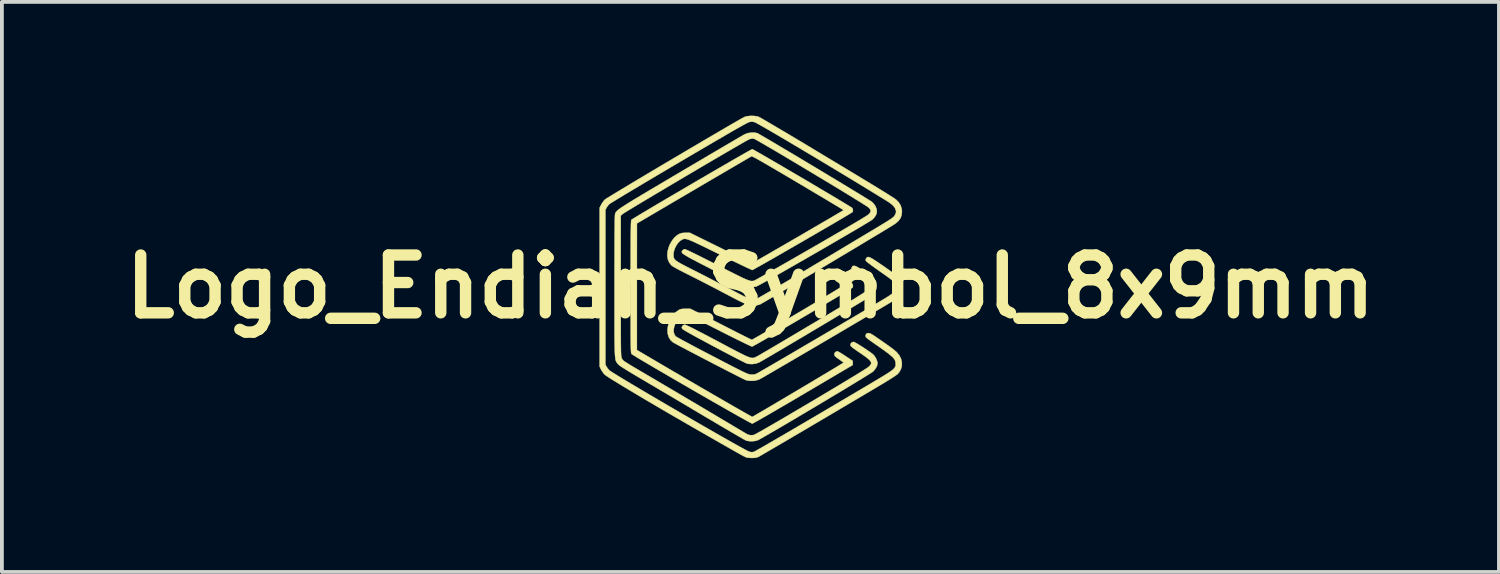
<source format=kicad_pcb>
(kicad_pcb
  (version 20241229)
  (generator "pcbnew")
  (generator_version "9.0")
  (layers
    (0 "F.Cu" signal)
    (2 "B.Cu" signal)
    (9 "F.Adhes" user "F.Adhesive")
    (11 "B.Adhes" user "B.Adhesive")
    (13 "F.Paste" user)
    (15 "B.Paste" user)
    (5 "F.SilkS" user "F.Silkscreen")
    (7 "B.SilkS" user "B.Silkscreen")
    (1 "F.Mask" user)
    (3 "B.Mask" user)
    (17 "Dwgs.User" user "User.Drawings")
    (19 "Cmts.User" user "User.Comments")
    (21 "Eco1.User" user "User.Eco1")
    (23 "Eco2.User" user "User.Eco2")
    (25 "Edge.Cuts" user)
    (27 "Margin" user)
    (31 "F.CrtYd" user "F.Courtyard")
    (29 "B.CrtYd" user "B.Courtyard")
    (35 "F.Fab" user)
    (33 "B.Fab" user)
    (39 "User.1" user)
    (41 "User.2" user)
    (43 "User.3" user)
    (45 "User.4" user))
  (footprint "Logo_Endian_Symbol_8x9mm"
    (layer "F.Cu")
    (at 16.735 4.508)
    (property "Reference" "Logo_Endian_Symbol_8x9mm" (at 0 0 0) (layer "F.SilkS") (effects (font (size 1.524 1.524) (thickness 0.3))))
    (attr through_hole)
    (fp_poly (pts (xy 2.759 -0.546) (xy 2.788 -0.534) (xy 2.828 -0.513) (xy 2.882 -0.479) (xy 2.953 -0.432) (xy 3.002 -0.399) (xy 3.096 -0.334) (xy 3.17 -0.28) (xy 3.225 -0.235) (xy 3.266 -0.195) (xy 3.294 -0.159) (xy 3.313 -0.124) (xy 3.323 -0.093) (xy 3.331 -0.014) (xy 3.316 0.069) (xy 3.28 0.147) (xy 3.225 0.214) (xy 3.224 0.215) (xy 3.208 0.226) (xy 3.17 0.25) (xy 3.112 0.286) (xy 3.036 0.332) (xy 2.943 0.389) (xy 2.834 0.454) (xy 2.713 0.527) (xy 2.581 0.606) (xy 2.438 0.691) (xy 2.288 0.781) (xy 2.132 0.874) (xy 1.971 0.97) (xy 1.807 1.068) (xy 1.643 1.165) (xy 1.48 1.263) (xy 1.319 1.358) (xy 1.162 1.451) (xy 1.011 1.54) (xy 0.869 1.624) (xy 0.736 1.703) (xy 0.614 1.774) (xy 0.505 1.838) (xy 0.411 1.893) (xy 0.334 1.938) (xy 0.275 1.972) (xy 0.236 1.994) (xy 0.221 2.001) (xy 0.138 2.029) (xy 0.046 2.041) (xy -0.043 2.037) (xy -0.096 2.025) (xy -0.119 2.015) (xy -0.163 1.993) (xy -0.228 1.961) (xy -0.31 1.919) (xy -0.407 1.869) (xy -0.518 1.811) (xy -0.64 1.747) (xy -0.771 1.678) (xy -0.908 1.605) (xy -0.968 1.574) (xy -1.145 1.479) (xy -1.299 1.396) (xy -1.431 1.325) (xy -1.54 1.265) (xy -1.629 1.215) (xy -1.698 1.175) (xy -1.749 1.145) (xy -1.781 1.123) (xy -1.797 1.11) (xy -1.798 1.108) (xy -1.81 1.081) (xy -1.805 1.057) (xy -1.794 1.038) (xy -1.763 1.009) (xy -1.73 1.002) (xy -1.708 1.009) (xy -1.662 1.029) (xy -1.593 1.062) (xy -1.5 1.108) (xy -1.384 1.168) (xy -1.244 1.24) (xy -1.082 1.325) (xy -0.896 1.423) (xy -0.871 1.437) (xy -0.703 1.526) (xy -0.557 1.604) (xy -0.431 1.67) (xy -0.325 1.725) (xy -0.235 1.771) (xy -0.16 1.808) (xy -0.098 1.836) (xy -0.047 1.856) (xy -0.005 1.87) (xy 0.029 1.878) (xy 0.058 1.88) (xy 0.083 1.877) (xy 0.106 1.87) (xy 0.13 1.861) (xy 0.155 1.848) (xy 0.167 1.843) (xy 0.19 1.83) (xy 0.235 1.805) (xy 0.3 1.767) (xy 0.384 1.718) (xy 0.486 1.659) (xy 0.603 1.59) (xy 0.735 1.512) (xy 0.879 1.427) (xy 1.035 1.335) (xy 1.2 1.237) (xy 1.373 1.134) (xy 1.553 1.027) (xy 1.682 0.951) (xy 1.9 0.821) (xy 2.096 0.704) (xy 2.27 0.6) (xy 2.425 0.508) (xy 2.56 0.426) (xy 2.679 0.355) (xy 2.781 0.292) (xy 2.867 0.239) (xy 2.94 0.193) (xy 3 0.154) (xy 3.049 0.121) (xy 3.088 0.093) (xy 3.117 0.07) (xy 3.139 0.05) (xy 3.154 0.034) (xy 3.163 0.02) (xy 3.169 0.007) (xy 3.171 -0.005) (xy 3.172 -0.018) (xy 3.172 -0.022) (xy 3.167 -0.046) (xy 3.152 -0.073) (xy 3.124 -0.104) (xy 3.08 -0.141) (xy 3.018 -0.187) (xy 2.936 -0.244) (xy 2.891 -0.274) (xy 2.809 -0.329) (xy 2.747 -0.373) (xy 2.705 -0.408) (xy 2.679 -0.436) (xy 2.666 -0.461) (xy 2.665 -0.485) (xy 2.673 -0.51) (xy 2.675 -0.516) (xy 2.694 -0.541) (xy 2.726 -0.549) (xy 2.736 -0.549) (xy 2.759 -0.546)) (stroke (width 0.01) (type solid)) (fill yes) (layer "F.SilkS"))
    (fp_poly (pts (xy 3.129 -0.778) (xy 3.164 -0.764) (xy 3.211 -0.739) (xy 3.271 -0.701) (xy 3.348 -0.65) (xy 3.443 -0.585) (xy 3.498 -0.548) (xy 3.585 -0.487) (xy 3.666 -0.43) (xy 3.739 -0.379) (xy 3.799 -0.335) (xy 3.844 -0.302) (xy 3.87 -0.282) (xy 3.874 -0.279) (xy 3.93 -0.208) (xy 3.97 -0.122) (xy 3.991 -0.028) (xy 3.991 0.067) (xy 3.976 0.133) (xy 3.944 0.203) (xy 3.894 0.268) (xy 3.824 0.33) (xy 3.737 0.389) (xy 3.695 0.415) (xy 3.631 0.453) (xy 3.549 0.502) (xy 3.449 0.561) (xy 3.334 0.629) (xy 3.205 0.706) (xy 3.064 0.789) (xy 2.912 0.879) (xy 2.751 0.973) (xy 2.583 1.072) (xy 2.41 1.174) (xy 2.233 1.279) (xy 2.053 1.384) (xy 1.873 1.49) (xy 1.694 1.595) (xy 1.518 1.698) (xy 1.347 1.798) (xy 1.181 1.895) (xy 1.024 1.987) (xy 0.876 2.073) (xy 0.739 2.153) (xy 0.616 2.225) (xy 0.506 2.289) (xy 0.414 2.342) (xy 0.339 2.386) (xy 0.283 2.417) (xy 0.249 2.436) (xy 0.242 2.44) (xy 0.17 2.466) (xy 0.084 2.481) (xy -0.005 2.483) (xy -0.087 2.473) (xy -0.125 2.461) (xy -0.149 2.45) (xy -0.196 2.428) (xy -0.262 2.395) (xy -0.344 2.353) (xy -0.442 2.303) (xy -0.552 2.247) (xy -0.671 2.186) (xy -0.798 2.12) (xy -0.931 2.052) (xy -1.066 1.982) (xy -1.201 1.912) (xy -1.334 1.842) (xy -1.463 1.775) (xy -1.584 1.712) (xy -1.697 1.652) (xy -1.798 1.599) (xy -1.885 1.553) (xy -1.955 1.515) (xy -2.006 1.487) (xy -2.037 1.47) (xy -2.042 1.467) (xy -2.108 1.406) (xy -2.154 1.329) (xy -2.181 1.238) (xy -2.187 1.137) (xy -2.172 1.03) (xy -2.136 0.919) (xy -2.12 0.881) (xy -2.055 0.771) (xy -1.978 0.682) (xy -1.895 0.62) (xy -1.862 0.602) (xy -1.83 0.591) (xy -1.791 0.586) (xy -1.738 0.584) (xy -1.708 0.584) (xy -1.583 0.584) (xy -1.33 0.71) (xy -1.262 0.744) (xy -1.174 0.789) (xy -1.07 0.842) (xy -0.954 0.901) (xy -0.83 0.964) (xy -0.703 1.029) (xy -0.576 1.094) (xy -0.529 1.118) (xy -0.415 1.176) (xy -0.308 1.231) (xy -0.211 1.279) (xy -0.126 1.322) (xy -0.057 1.356) (xy -0.004 1.382) (xy 0.028 1.396) (xy 0.038 1.4) (xy 0.053 1.393) (xy 0.089 1.374) (xy 0.144 1.342) (xy 0.218 1.3) (xy 0.307 1.249) (xy 0.409 1.189) (xy 0.524 1.122) (xy 0.649 1.049) (xy 0.781 0.971) (xy 0.92 0.889) (xy 1.064 0.804) (xy 1.209 0.718) (xy 1.355 0.632) (xy 1.5 0.546) (xy 1.641 0.462) (xy 1.777 0.381) (xy 1.906 0.304) (xy 2.025 0.232) (xy 2.134 0.167) (xy 2.23 0.109) (xy 2.311 0.059) (xy 2.375 0.02) (xy 2.42 -0.009) (xy 2.445 -0.025) (xy 2.45 -0.029) (xy 2.435 -0.04) (xy 2.403 -0.06) (xy 2.358 -0.086) (xy 2.34 -0.097) (xy 2.275 -0.136) (xy 2.234 -0.171) (xy 2.215 -0.204) (xy 2.216 -0.238) (xy 2.222 -0.254) (xy 2.238 -0.28) (xy 2.258 -0.294) (xy 2.288 -0.296) (xy 2.329 -0.284) (xy 2.385 -0.259) (xy 2.459 -0.219) (xy 2.482 -0.206) (xy 2.546 -0.169) (xy 2.603 -0.135) (xy 2.648 -0.108) (xy 2.676 -0.089) (xy 2.681 -0.086) (xy 2.699 -0.054) (xy 2.704 -0.013) (xy 2.694 0.022) (xy 2.68 0.033) (xy 2.644 0.056) (xy 2.588 0.091) (xy 2.514 0.136) (xy 2.424 0.191) (xy 2.319 0.254) (xy 2.202 0.324) (xy 2.073 0.4) (xy 1.936 0.481) (xy 1.792 0.567) (xy 1.643 0.655) (xy 1.49 0.745) (xy 1.336 0.835) (xy 1.183 0.925) (xy 1.031 1.014) (xy 0.884 1.1) (xy 0.743 1.182) (xy 0.609 1.26) (xy 0.485 1.331) (xy 0.373 1.396) (xy 0.274 1.453) (xy 0.19 1.5) (xy 0.123 1.537) (xy 0.076 1.563) (xy 0.049 1.577) (xy 0.044 1.579) (xy 0.026 1.573) (xy -0.015 1.555) (xy -0.075 1.527) (xy -0.154 1.489) (xy -0.248 1.443) (xy -0.357 1.39) (xy -0.477 1.33) (xy -0.607 1.265) (xy -0.744 1.196) (xy -0.809 1.162) (xy -0.95 1.091) (xy -1.084 1.023) (xy -1.209 0.96) (xy -1.324 0.903) (xy -1.426 0.853) (xy -1.513 0.81) (xy -1.584 0.776) (xy -1.634 0.752) (xy -1.664 0.739) (xy -1.67 0.737) (xy -1.739 0.737) (xy -1.807 0.762) (xy -1.871 0.81) (xy -1.929 0.878) (xy -1.962 0.935) (xy -2.005 1.038) (xy -2.024 1.131) (xy -2.021 1.21) (xy -1.995 1.277) (xy -1.966 1.312) (xy -1.948 1.324) (xy -1.908 1.347) (xy -1.847 1.381) (xy -1.768 1.425) (xy -1.672 1.476) (xy -1.562 1.535) (xy -1.439 1.601) (xy -1.305 1.671) (xy -1.163 1.745) (xy -1.014 1.823) (xy -1.002 1.829) (xy -0.83 1.919) (xy -0.68 1.997) (xy -0.551 2.063) (xy -0.441 2.12) (xy -0.348 2.167) (xy -0.27 2.206) (xy -0.207 2.238) (xy -0.155 2.262) (xy -0.114 2.281) (xy -0.08 2.295) (xy -0.054 2.304) (xy -0.032 2.31) (xy -0.013 2.314) (xy 0.004 2.316) (xy 0.015 2.317) (xy 0.071 2.319) (xy 0.112 2.313) (xy 0.153 2.298) (xy 0.173 2.289) (xy 0.194 2.277) (xy 0.237 2.253) (xy 0.3 2.216) (xy 0.382 2.169) (xy 0.48 2.112) (xy 0.594 2.046) (xy 0.721 1.972) (xy 0.86 1.891) (xy 1.009 1.804) (xy 1.166 1.712) (xy 1.33 1.616) (xy 1.498 1.517) (xy 1.67 1.417) (xy 1.844 1.315) (xy 2.017 1.213) (xy 2.188 1.113) (xy 2.356 1.015) (xy 2.518 0.919) (xy 2.673 0.828) (xy 2.819 0.742) (xy 2.955 0.662) (xy 3.079 0.589) (xy 3.189 0.524) (xy 3.283 0.468) (xy 3.343 0.432) (xy 3.464 0.36) (xy 3.562 0.301) (xy 3.642 0.251) (xy 3.704 0.209) (xy 3.75 0.174) (xy 3.784 0.144) (xy 3.807 0.116) (xy 3.82 0.09) (xy 3.828 0.062) (xy 3.83 0.032) (xy 3.83 0.011) (xy 3.829 -0.023) (xy 3.823 -0.054) (xy 3.812 -0.083) (xy 3.791 -0.113) (xy 3.76 -0.146) (xy 3.717 -0.184) (xy 3.658 -0.23) (xy 3.582 -0.285) (xy 3.487 -0.352) (xy 3.418 -0.4) (xy 3.331 -0.462) (xy 3.25 -0.519) (xy 3.179 -0.572) (xy 3.12 -0.616) (xy 3.077 -0.65) (xy 3.053 -0.672) (xy 3.049 -0.677) (xy 3.037 -0.704) (xy 3.041 -0.727) (xy 3.053 -0.747) (xy 3.067 -0.766) (xy 3.083 -0.778) (xy 3.103 -0.783) (xy 3.129 -0.778)) (stroke (width 0.01) (type solid)) (fill yes) (layer "F.SilkS"))
    (fp_poly (pts (xy 0.178 -4.048) (xy 0.181 -4.047) (xy 0.199 -4.038) (xy 0.24 -4.015) (xy 0.3 -3.98) (xy 0.379 -3.934) (xy 0.474 -3.879) (xy 0.584 -3.814) (xy 0.707 -3.741) (xy 0.841 -3.661) (xy 0.985 -3.576) (xy 1.137 -3.486) (xy 1.294 -3.392) (xy 1.456 -3.295) (xy 1.62 -3.197) (xy 1.785 -3.098) (xy 1.949 -2.999) (xy 2.11 -2.902) (xy 2.267 -2.808) (xy 2.418 -2.717) (xy 2.56 -2.631) (xy 2.693 -2.55) (xy 2.814 -2.477) (xy 2.922 -2.411) (xy 3.016 -2.353) (xy 3.092 -2.306) (xy 3.15 -2.27) (xy 3.188 -2.246) (xy 3.202 -2.236) (xy 3.24 -2.198) (xy 3.278 -2.15) (xy 3.296 -2.123) (xy 3.328 -2.043) (xy 3.334 -1.966) (xy 3.312 -1.891) (xy 3.262 -1.817) (xy 3.216 -1.771) (xy 3.196 -1.756) (xy 3.153 -1.729) (xy 3.09 -1.69) (xy 3.008 -1.641) (xy 2.91 -1.582) (xy 2.797 -1.515) (xy 2.671 -1.441) (xy 2.533 -1.361) (xy 2.386 -1.275) (xy 2.232 -1.185) (xy 2.071 -1.092) (xy 1.906 -0.996) (xy 1.739 -0.9) (xy 1.571 -0.803) (xy 1.405 -0.707) (xy 1.241 -0.614) (xy 1.083 -0.523) (xy 0.931 -0.436) (xy 0.787 -0.354) (xy 0.653 -0.278) (xy 0.531 -0.21) (xy 0.423 -0.149) (xy 0.331 -0.098) (xy 0.255 -0.057) (xy 0.199 -0.027) (xy 0.164 -0.009) (xy 0.153 -0.005) (xy 0.073 0.01) (xy -0.015 0.012) (xy -0.097 0.000462) (xy -0.125 -0.008) (xy -0.147 -0.017) (xy -0.192 -0.039) (xy -0.257 -0.071) (xy -0.339 -0.111) (xy -0.437 -0.161) (xy -0.548 -0.217) (xy -0.67 -0.279) (xy -0.801 -0.345) (xy -0.938 -0.416) (xy -0.982 -0.438) (xy -1.147 -0.523) (xy -1.29 -0.597) (xy -1.411 -0.66) (xy -1.513 -0.713) (xy -1.597 -0.758) (xy -1.664 -0.796) (xy -1.716 -0.827) (xy -1.755 -0.852) (xy -1.782 -0.873) (xy -1.8 -0.891) (xy -1.808 -0.906) (xy -1.81 -0.92) (xy -1.806 -0.933) (xy -1.798 -0.946) (xy -1.794 -0.953) (xy -1.762 -0.982) (xy -1.732 -0.989) (xy -1.711 -0.982) (xy -1.668 -0.964) (xy -1.602 -0.933) (xy -1.516 -0.892) (xy -1.41 -0.84) (xy -1.286 -0.778) (xy -1.145 -0.707) (xy -0.987 -0.627) (xy -0.884 -0.574) (xy -0.716 -0.488) (xy -0.571 -0.414) (xy -0.446 -0.351) (xy -0.34 -0.298) (xy -0.251 -0.254) (xy -0.177 -0.219) (xy -0.116 -0.193) (xy -0.066 -0.173) (xy -0.026 -0.159) (xy 0.007 -0.151) (xy 0.035 -0.148) (xy 0.058 -0.149) (xy 0.08 -0.153) (xy 0.101 -0.16) (xy 0.109 -0.162) (xy 0.126 -0.171) (xy 0.165 -0.193) (xy 0.226 -0.226) (xy 0.305 -0.271) (xy 0.402 -0.326) (xy 0.516 -0.39) (xy 0.644 -0.463) (xy 0.786 -0.544) (xy 0.939 -0.631) (xy 1.103 -0.725) (xy 1.276 -0.824) (xy 1.455 -0.927) (xy 1.602 -1.012) (xy 1.846 -1.152) (xy 2.069 -1.281) (xy 2.272 -1.399) (xy 2.454 -1.505) (xy 2.615 -1.599) (xy 2.754 -1.681) (xy 2.871 -1.75) (xy 2.965 -1.807) (xy 3.037 -1.852) (xy 3.086 -1.883) (xy 3.111 -1.901) (xy 3.113 -1.903) (xy 3.154 -1.949) (xy 3.171 -1.989) (xy 3.163 -2.028) (xy 3.13 -2.072) (xy 3.113 -2.088) (xy 3.093 -2.104) (xy 3.051 -2.132) (xy 2.989 -2.171) (xy 2.909 -2.222) (xy 2.812 -2.281) (xy 2.702 -2.35) (xy 2.578 -2.426) (xy 2.443 -2.508) (xy 2.299 -2.596) (xy 2.147 -2.688) (xy 1.989 -2.783) (xy 1.828 -2.88) (xy 1.663 -2.979) (xy 1.498 -3.078) (xy 1.335 -3.176) (xy 1.174 -3.272) (xy 1.017 -3.365) (xy 0.867 -3.455) (xy 0.725 -3.539) (xy 0.593 -3.617) (xy 0.472 -3.687) (xy 0.365 -3.75) (xy 0.272 -3.803) (xy 0.196 -3.847) (xy 0.139 -3.878) (xy 0.102 -3.898) (xy 0.088 -3.904) (xy 0.031 -3.903) (xy -0.029 -3.888) (xy -0.049 -3.878) (xy -0.092 -3.855) (xy -0.154 -3.82) (xy -0.235 -3.774) (xy -0.333 -3.717) (xy -0.446 -3.652) (xy -0.573 -3.578) (xy -0.711 -3.498) (xy -0.86 -3.411) (xy -1.017 -3.319) (xy -1.18 -3.223) (xy -1.349 -3.124) (xy -1.521 -3.022) (xy -1.695 -2.92) (xy -1.869 -2.817) (xy -2.041 -2.715) (xy -2.21 -2.615) (xy -2.374 -2.517) (xy -2.532 -2.424) (xy -2.681 -2.335) (xy -2.82 -2.252) (xy -2.947 -2.176) (xy -3.061 -2.107) (xy -3.16 -2.047) (xy -3.242 -1.997) (xy -3.305 -1.958) (xy -3.349 -1.93) (xy -3.371 -1.915) (xy -3.372 -1.914) (xy -3.419 -1.871) (xy -3.419 -0.02) (xy -3.419 0.243) (xy -3.419 0.479) (xy -3.419 0.691) (xy -3.418 0.88) (xy -3.418 1.047) (xy -3.418 1.193) (xy -3.417 1.321) (xy -3.417 1.431) (xy -3.416 1.524) (xy -3.415 1.603) (xy -3.414 1.669) (xy -3.413 1.722) (xy -3.411 1.765) (xy -3.409 1.799) (xy -3.407 1.825) (xy -3.404 1.845) (xy -3.401 1.86) (xy -3.398 1.872) (xy -3.394 1.881) (xy -3.39 1.89) (xy -3.39 1.89) (xy -3.384 1.903) (xy -3.377 1.915) (xy -3.369 1.927) (xy -3.358 1.94) (xy -3.341 1.954) (xy -3.318 1.972) (xy -3.285 1.994) (xy -3.242 2.021) (xy -3.188 2.055) (xy -3.119 2.097) (xy -3.034 2.147) (xy -2.932 2.207) (xy -2.811 2.278) (xy -2.669 2.361) (xy -2.574 2.417) (xy -2.462 2.483) (xy -2.33 2.561) (xy -2.182 2.648) (xy -2.021 2.743) (xy -1.85 2.844) (xy -1.674 2.949) (xy -1.495 3.054) (xy -1.318 3.159) (xy -1.146 3.261) (xy -1.037 3.326) (xy -0.889 3.414) (xy -0.748 3.498) (xy -0.616 3.576) (xy -0.494 3.649) (xy -0.384 3.714) (xy -0.288 3.771) (xy -0.208 3.819) (xy -0.145 3.856) (xy -0.102 3.881) (xy -0.08 3.895) (xy -0.077 3.896) (xy -0.034 3.91) (xy 0.022 3.916) (xy 0.079 3.912) (xy 0.085 3.911) (xy 0.106 3.902) (xy 0.149 3.88) (xy 0.211 3.846) (xy 0.292 3.801) (xy 0.389 3.745) (xy 0.501 3.681) (xy 0.625 3.609) (xy 0.761 3.53) (xy 0.907 3.445) (xy 1.059 3.356) (xy 1.218 3.262) (xy 1.381 3.166) (xy 1.547 3.068) (xy 1.713 2.97) (xy 1.877 2.872) (xy 2.039 2.775) (xy 2.196 2.681) (xy 2.347 2.591) (xy 2.489 2.505) (xy 2.622 2.425) (xy 2.743 2.352) (xy 2.85 2.286) (xy 2.942 2.229) (xy 3.017 2.182) (xy 3.073 2.145) (xy 3.109 2.121) (xy 3.12 2.112) (xy 3.155 2.076) (xy 3.177 2.043) (xy 3.184 2.011) (xy 3.174 1.978) (xy 3.147 1.941) (xy 3.1 1.898) (xy 3.034 1.846) (xy 2.945 1.783) (xy 2.918 1.764) (xy 2.83 1.705) (xy 2.763 1.658) (xy 2.713 1.622) (xy 2.678 1.595) (xy 2.656 1.575) (xy 2.643 1.559) (xy 2.637 1.545) (xy 2.636 1.532) (xy 2.648 1.494) (xy 2.68 1.466) (xy 2.72 1.455) (xy 2.741 1.463) (xy 2.78 1.483) (xy 2.833 1.514) (xy 2.895 1.553) (xy 2.964 1.597) (xy 3.033 1.642) (xy 3.1 1.688) (xy 3.16 1.73) (xy 3.208 1.765) (xy 3.241 1.793) (xy 3.244 1.795) (xy 3.281 1.841) (xy 3.315 1.9) (xy 3.339 1.96) (xy 3.35 2.013) (xy 3.35 2.018) (xy 3.337 2.089) (xy 3.299 2.161) (xy 3.241 2.231) (xy 3.238 2.234) (xy 3.219 2.248) (xy 3.178 2.275) (xy 3.116 2.314) (xy 3.036 2.364) (xy 2.94 2.423) (xy 2.828 2.491) (xy 2.704 2.567) (xy 2.568 2.649) (xy 2.423 2.737) (xy 2.269 2.829) (xy 2.11 2.924) (xy 1.947 3.022) (xy 1.781 3.121) (xy 1.614 3.22) (xy 1.448 3.319) (xy 1.285 3.415) (xy 1.127 3.509) (xy 0.975 3.599) (xy 0.831 3.683) (xy 0.697 3.762) (xy 0.574 3.833) (xy 0.465 3.896) (xy 0.371 3.95) (xy 0.294 3.994) (xy 0.236 4.026) (xy 0.198 4.046) (xy 0.185 4.052) (xy 0.117 4.069) (xy 0.037 4.076) (xy -0.041 4.072) (xy -0.107 4.059) (xy -0.112 4.057) (xy -0.132 4.047) (xy -0.173 4.025) (xy -0.234 3.99) (xy -0.313 3.944) (xy -0.408 3.889) (xy -0.518 3.825) (xy -0.64 3.753) (xy -0.773 3.675) (xy -0.915 3.591) (xy -1.064 3.503) (xy -1.156 3.449) (xy -1.328 3.347) (xy -1.508 3.24) (xy -1.693 3.13) (xy -1.879 3.02) (xy -2.062 2.911) (xy -2.24 2.806) (xy -2.408 2.707) (xy -2.562 2.616) (xy -2.7 2.535) (xy -2.801 2.475) (xy -2.947 2.389) (xy -3.07 2.316) (xy -3.174 2.254) (xy -3.259 2.202) (xy -3.328 2.159) (xy -3.383 2.124) (xy -3.425 2.096) (xy -3.456 2.073) (xy -3.478 2.054) (xy -3.494 2.038) (xy -3.497 2.034) (xy -3.509 2.018) (xy -3.52 2.005) (xy -3.53 1.991) (xy -3.538 1.976) (xy -3.546 1.959) (xy -3.553 1.937) (xy -3.559 1.91) (xy -3.564 1.876) (xy -3.568 1.834) (xy -3.572 1.782) (xy -3.575 1.719) (xy -3.577 1.644) (xy -3.579 1.554) (xy -3.581 1.45) (xy -3.582 1.328) (xy -3.583 1.189) (xy -3.583 1.03) (xy -3.583 0.85) (xy -3.583 0.647) (xy -3.583 0.421) (xy -3.583 0.17) (xy -3.583 -0.013) (xy -3.583 -0.309) (xy -3.583 -0.581) (xy -3.582 -0.828) (xy -3.582 -1.051) (xy -3.581 -1.249) (xy -3.58 -1.422) (xy -3.578 -1.57) (xy -3.577 -1.691) (xy -3.575 -1.787) (xy -3.573 -1.855) (xy -3.571 -1.897) (xy -3.569 -1.91) (xy -3.565 -1.926) (xy -3.559 -1.941) (xy -3.552 -1.956) (xy -3.541 -1.971) (xy -3.526 -1.988) (xy -3.506 -2.008) (xy -3.479 -2.03) (xy -3.444 -2.056) (xy -3.4 -2.087) (xy -3.346 -2.123) (xy -3.28 -2.165) (xy -3.202 -2.214) (xy -3.111 -2.27) (xy -3.005 -2.334) (xy -2.882 -2.408) (xy -2.743 -2.491) (xy -2.585 -2.585) (xy -2.408 -2.689) (xy -2.211 -2.806) (xy -1.991 -2.936) (xy -1.839 -3.026) (xy -1.644 -3.141) (xy -1.455 -3.252) (xy -1.273 -3.359) (xy -1.1 -3.462) (xy -0.936 -3.558) (xy -0.784 -3.647) (xy -0.645 -3.729) (xy -0.52 -3.802) (xy -0.411 -3.866) (xy -0.319 -3.92) (xy -0.245 -3.963) (xy -0.192 -3.994) (xy -0.16 -4.012) (xy -0.153 -4.016) (xy -0.076 -4.046) (xy 0.012 -4.061) (xy 0.1 -4.062) (xy 0.178 -4.048)) (stroke (width 0.01) (type solid)) (fill yes) (layer "F.SilkS"))
    (fp_poly (pts (xy 0.089 -4.502) (xy 0.168 -4.492) (xy 0.216 -4.478) (xy 0.236 -4.468) (xy 0.278 -4.445) (xy 0.341 -4.409) (xy 0.422 -4.362) (xy 0.521 -4.304) (xy 0.635 -4.236) (xy 0.764 -4.16) (xy 0.905 -4.077) (xy 1.058 -3.986) (xy 1.22 -3.889) (xy 1.39 -3.788) (xy 1.566 -3.682) (xy 1.654 -3.629) (xy 1.928 -3.464) (xy 2.179 -3.313) (xy 2.409 -3.175) (xy 2.617 -3.05) (xy 2.806 -2.936) (xy 2.975 -2.833) (xy 3.127 -2.742) (xy 3.261 -2.66) (xy 3.379 -2.588) (xy 3.481 -2.525) (xy 3.569 -2.471) (xy 3.643 -2.424) (xy 3.705 -2.385) (xy 3.755 -2.353) (xy 3.794 -2.328) (xy 3.823 -2.307) (xy 3.839 -2.295) (xy 3.911 -2.223) (xy 3.963 -2.136) (xy 3.991 -2.039) (xy 3.995 -1.981) (xy 3.986 -1.89) (xy 3.958 -1.81) (xy 3.908 -1.739) (xy 3.835 -1.673) (xy 3.791 -1.643) (xy 3.759 -1.623) (xy 3.707 -1.59) (xy 3.634 -1.546) (xy 3.545 -1.492) (xy 3.439 -1.427) (xy 3.318 -1.355) (xy 3.185 -1.275) (xy 3.04 -1.188) (xy 2.886 -1.095) (xy 2.724 -0.998) (xy 2.555 -0.897) (xy 2.382 -0.794) (xy 2.205 -0.688) (xy 2.027 -0.582) (xy 1.849 -0.475) (xy 1.672 -0.37) (xy 1.498 -0.267) (xy 1.33 -0.167) (xy 1.167 -0.07) (xy 1.013 0.021) (xy 0.868 0.107) (xy 0.735 0.186) (xy 0.614 0.257) (xy 0.508 0.32) (xy 0.418 0.373) (xy 0.345 0.415) (xy 0.292 0.445) (xy 0.26 0.464) (xy 0.251 0.468) (xy 0.215 0.479) (xy 0.166 0.49) (xy 0.137 0.495) (xy 0.101 0.501) (xy 0.067 0.503) (xy 0.033 0.502) (xy -0.003 0.497) (xy -0.045 0.486) (xy -0.094 0.468) (xy -0.152 0.443) (xy -0.223 0.41) (xy -0.309 0.368) (xy -0.412 0.315) (xy -0.534 0.251) (xy -0.666 0.182) (xy -0.8 0.111) (xy -0.943 0.036) (xy -1.09 -0.04) (xy -1.236 -0.115) (xy -1.374 -0.186) (xy -1.5 -0.25) (xy -1.609 -0.305) (xy -1.634 -0.317) (xy -1.765 -0.383) (xy -1.876 -0.44) (xy -1.964 -0.488) (xy -2.03 -0.526) (xy -2.073 -0.554) (xy -2.086 -0.565) (xy -2.144 -0.641) (xy -2.18 -0.731) (xy -2.192 -0.832) (xy -2.181 -0.942) (xy -2.147 -1.059) (xy -2.121 -1.119) (xy -2.061 -1.223) (xy -1.99 -1.308) (xy -1.911 -1.371) (xy -1.89 -1.383) (xy -1.846 -1.403) (xy -1.804 -1.414) (xy -1.753 -1.419) (xy -1.709 -1.42) (xy -1.598 -1.421) (xy -0.783 -1.019) (xy -0.643 -0.95) (xy -0.51 -0.885) (xy -0.387 -0.825) (xy -0.274 -0.771) (xy -0.175 -0.724) (xy -0.092 -0.684) (xy -0.026 -0.653) (xy 0.021 -0.632) (xy 0.046 -0.622) (xy 0.05 -0.621) (xy 0.064 -0.628) (xy 0.1 -0.648) (xy 0.156 -0.68) (xy 0.23 -0.722) (xy 0.319 -0.773) (xy 0.422 -0.832) (xy 0.537 -0.898) (xy 0.662 -0.971) (xy 0.795 -1.048) (xy 0.935 -1.128) (xy 1.079 -1.212) (xy 1.225 -1.296) (xy 1.371 -1.381) (xy 1.516 -1.466) (xy 1.657 -1.548) (xy 1.793 -1.627) (xy 1.921 -1.702) (xy 2.041 -1.772) (xy 2.149 -1.835) (xy 2.244 -1.891) (xy 2.324 -1.938) (xy 2.387 -1.975) (xy 2.431 -2.002) (xy 2.454 -2.016) (xy 2.457 -2.018) (xy 2.445 -2.026) (xy 2.412 -2.047) (xy 2.358 -2.08) (xy 2.285 -2.124) (xy 2.194 -2.178) (xy 2.088 -2.242) (xy 1.967 -2.314) (xy 1.834 -2.393) (xy 1.69 -2.479) (xy 1.536 -2.57) (xy 1.375 -2.666) (xy 1.255 -2.737) (xy 1.052 -2.858) (xy 0.871 -2.964) (xy 0.711 -3.058) (xy 0.572 -3.14) (xy 0.451 -3.21) (xy 0.348 -3.27) (xy 0.262 -3.319) (xy 0.191 -3.359) (xy 0.135 -3.39) (xy 0.092 -3.412) (xy 0.06 -3.428) (xy 0.04 -3.436) (xy 0.029 -3.438) (xy 0.027 -3.437) (xy 0.013 -3.429) (xy -0.024 -3.408) (xy -0.082 -3.374) (xy -0.159 -3.329) (xy -0.254 -3.274) (xy -0.366 -3.208) (xy -0.493 -3.134) (xy -0.633 -3.052) (xy -0.785 -2.963) (xy -0.948 -2.868) (xy -1.12 -2.767) (xy -1.301 -2.661) (xy -1.487 -2.551) (xy -1.495 -2.547) (xy -2.992 -1.668) (xy -2.993 0.001) (xy -2.993 1.67) (xy -2.173 2.152) (xy -2.04 2.23) (xy -1.898 2.312) (xy -1.75 2.399) (xy -1.597 2.488) (xy -1.441 2.578) (xy -1.284 2.67) (xy -1.127 2.76) (xy -0.973 2.85) (xy -0.823 2.936) (xy -0.679 3.02) (xy -0.543 3.098) (xy -0.416 3.171) (xy -0.301 3.237) (xy -0.199 3.295) (xy -0.112 3.344) (xy -0.042 3.384) (xy 0.009 3.412) (xy 0.039 3.429) (xy 0.048 3.432) (xy 0.062 3.426) (xy 0.097 3.406) (xy 0.152 3.374) (xy 0.224 3.332) (xy 0.313 3.281) (xy 0.415 3.221) (xy 0.529 3.154) (xy 0.654 3.08) (xy 0.786 3.002) (xy 0.925 2.92) (xy 1.068 2.835) (xy 1.213 2.749) (xy 1.359 2.662) (xy 1.504 2.576) (xy 1.645 2.492) (xy 1.781 2.411) (xy 1.909 2.334) (xy 2.029 2.263) (xy 2.138 2.197) (xy 2.234 2.14) (xy 2.315 2.09) (xy 2.379 2.051) (xy 2.425 2.023) (xy 2.45 2.007) (xy 2.455 2.003) (xy 2.442 1.991) (xy 2.412 1.968) (xy 2.369 1.937) (xy 2.334 1.912) (xy 2.28 1.874) (xy 2.245 1.847) (xy 2.225 1.825) (xy 2.216 1.804) (xy 2.213 1.79) (xy 2.217 1.752) (xy 2.239 1.725) (xy 2.24 1.724) (xy 2.271 1.708) (xy 2.292 1.703) (xy 2.31 1.71) (xy 2.347 1.73) (xy 2.398 1.761) (xy 2.458 1.799) (xy 2.506 1.83) (xy 2.698 1.957) (xy 2.698 2.065) (xy 1.388 2.838) (xy 1.213 2.941) (xy 1.045 3.04) (xy 0.885 3.133) (xy 0.734 3.221) (xy 0.594 3.303) (xy 0.466 3.377) (xy 0.353 3.442) (xy 0.255 3.498) (xy 0.174 3.544) (xy 0.112 3.578) (xy 0.07 3.601) (xy 0.05 3.611) (xy 0.049 3.611) (xy 0.033 3.604) (xy -0.006 3.584) (xy -0.064 3.553) (xy -0.141 3.51) (xy -0.235 3.458) (xy -0.345 3.397) (xy -0.467 3.327) (xy -0.602 3.251) (xy -0.746 3.168) (xy -0.899 3.081) (xy -1.059 2.99) (xy -1.223 2.895) (xy -1.391 2.799) (xy -1.56 2.701) (xy -1.729 2.603) (xy -1.896 2.507) (xy -2.06 2.412) (xy -2.218 2.319) (xy -2.37 2.231) (xy -2.512 2.148) (xy -2.644 2.07) (xy -2.765 1.999) (xy -2.871 1.936) (xy -2.962 1.882) (xy -3.035 1.837) (xy -3.09 1.803) (xy -3.124 1.781) (xy -3.134 1.774) (xy -3.137 1.77) (xy -3.14 1.763) (xy -3.143 1.751) (xy -3.146 1.734) (xy -3.148 1.71) (xy -3.15 1.678) (xy -3.152 1.635) (xy -3.153 1.581) (xy -3.154 1.514) (xy -3.155 1.433) (xy -3.156 1.337) (xy -3.157 1.223) (xy -3.157 1.091) (xy -3.157 0.939) (xy -3.158 0.766) (xy -3.158 0.57) (xy -3.158 0.35) (xy -3.158 0.105) (xy -3.158 0.007) (xy -3.158 -0.258) (xy -3.158 -0.497) (xy -3.157 -0.712) (xy -3.157 -0.902) (xy -3.156 -1.069) (xy -3.156 -1.216) (xy -3.155 -1.341) (xy -3.154 -1.448) (xy -3.152 -1.537) (xy -3.151 -1.609) (xy -3.149 -1.666) (xy -3.147 -1.708) (xy -3.145 -1.737) (xy -3.143 -1.754) (xy -3.141 -1.76) (xy -3.126 -1.771) (xy -3.089 -1.794) (xy -3.032 -1.829) (xy -2.957 -1.875) (xy -2.864 -1.931) (xy -2.756 -1.995) (xy -2.635 -2.067) (xy -2.502 -2.146) (xy -2.358 -2.231) (xy -2.207 -2.32) (xy -2.048 -2.413) (xy -1.884 -2.509) (xy -1.717 -2.607) (xy -1.548 -2.706) (xy -1.38 -2.805) (xy -1.212 -2.902) (xy -1.049 -2.998) (xy -0.89 -3.09) (xy -0.738 -3.178) (xy -0.594 -3.261) (xy -0.461 -3.338) (xy -0.339 -3.408) (xy -0.231 -3.47) (xy -0.138 -3.523) (xy -0.062 -3.566) (xy -0.004 -3.598) (xy 0.033 -3.618) (xy 0.049 -3.625) (xy 0.049 -3.625) (xy 0.064 -3.618) (xy 0.101 -3.598) (xy 0.157 -3.566) (xy 0.232 -3.524) (xy 0.323 -3.472) (xy 0.428 -3.411) (xy 0.545 -3.343) (xy 0.674 -3.268) (xy 0.811 -3.189) (xy 0.954 -3.104) (xy 1.103 -3.017) (xy 1.255 -2.928) (xy 1.409 -2.838) (xy 1.562 -2.748) (xy 1.712 -2.659) (xy 1.858 -2.572) (xy 1.999 -2.489) (xy 2.131 -2.411) (xy 2.253 -2.338) (xy 2.364 -2.271) (xy 2.461 -2.213) (xy 2.543 -2.163) (xy 2.608 -2.124) (xy 2.653 -2.095) (xy 2.678 -2.079) (xy 2.681 -2.076) (xy 2.699 -2.045) (xy 2.704 -2.004) (xy 2.694 -1.969) (xy 2.681 -1.959) (xy 2.645 -1.937) (xy 2.589 -1.903) (xy 2.515 -1.859) (xy 2.425 -1.805) (xy 2.32 -1.743) (xy 2.203 -1.674) (xy 2.074 -1.599) (xy 1.937 -1.52) (xy 1.793 -1.436) (xy 1.644 -1.349) (xy 1.491 -1.261) (xy 1.337 -1.172) (xy 1.183 -1.083) (xy 1.032 -0.996) (xy 0.885 -0.911) (xy 0.744 -0.83) (xy 0.61 -0.753) (xy 0.487 -0.683) (xy 0.375 -0.619) (xy 0.276 -0.563) (xy 0.193 -0.517) (xy 0.127 -0.48) (xy 0.08 -0.454) (xy 0.054 -0.441) (xy 0.049 -0.439) (xy 0.032 -0.445) (xy -0.007 -0.463) (xy -0.067 -0.49) (xy -0.145 -0.527) (xy -0.239 -0.572) (xy -0.347 -0.624) (xy -0.468 -0.682) (xy -0.598 -0.745) (xy -0.736 -0.813) (xy -0.803 -0.846) (xy -0.974 -0.93) (xy -1.121 -1.003) (xy -1.248 -1.065) (xy -1.356 -1.117) (xy -1.446 -1.16) (xy -1.522 -1.194) (xy -1.583 -1.22) (xy -1.634 -1.239) (xy -1.674 -1.252) (xy -1.706 -1.259) (xy -1.733 -1.261) (xy -1.755 -1.259) (xy -1.775 -1.253) (xy -1.794 -1.245) (xy -1.808 -1.238) (xy -1.872 -1.192) (xy -1.929 -1.125) (xy -1.977 -1.045) (xy -2.011 -0.958) (xy -2.029 -0.872) (xy -2.026 -0.792) (xy -2.026 -0.79) (xy -2.02 -0.764) (xy -2.01 -0.74) (xy -1.995 -0.717) (xy -1.971 -0.694) (xy -1.937 -0.668) (xy -1.89 -0.638) (xy -1.828 -0.603) (xy -1.749 -0.561) (xy -1.651 -0.51) (xy -1.53 -0.449) (xy -1.498 -0.433) (xy -1.377 -0.372) (xy -1.239 -0.302) (xy -1.09 -0.225) (xy -0.936 -0.145) (xy -0.784 -0.066) (xy -0.641 0.009) (xy -0.544 0.06) (xy -0.41 0.131) (xy -0.298 0.189) (xy -0.205 0.237) (xy -0.129 0.274) (xy -0.067 0.302) (xy -0.017 0.322) (xy 0.024 0.334) (xy 0.058 0.34) (xy 0.087 0.341) (xy 0.115 0.337) (xy 0.143 0.329) (xy 0.15 0.327) (xy 0.17 0.318) (xy 0.209 0.297) (xy 0.267 0.265) (xy 0.344 0.221) (xy 0.441 0.165) (xy 0.558 0.097) (xy 0.696 0.016) (xy 0.854 -0.077) (xy 1.033 -0.183) (xy 1.233 -0.301) (xy 1.455 -0.433) (xy 1.699 -0.579) (xy 1.965 -0.737) (xy 2.253 -0.909) (xy 2.564 -1.096) (xy 2.897 -1.295) (xy 3.062 -1.394) (xy 3.205 -1.479) (xy 3.328 -1.553) (xy 3.432 -1.616) (xy 3.519 -1.669) (xy 3.591 -1.713) (xy 3.649 -1.75) (xy 3.695 -1.78) (xy 3.73 -1.805) (xy 3.757 -1.825) (xy 3.776 -1.842) (xy 3.79 -1.857) (xy 3.8 -1.87) (xy 3.808 -1.884) (xy 3.815 -1.898) (xy 3.817 -1.902) (xy 3.835 -1.943) (xy 3.84 -1.974) (xy 3.835 -2.009) (xy 3.83 -2.026) (xy 3.811 -2.073) (xy 3.779 -2.119) (xy 3.731 -2.165) (xy 3.664 -2.217) (xy 3.574 -2.275) (xy 3.569 -2.278) (xy 3.401 -2.381) (xy 3.225 -2.489) (xy 3.042 -2.601) (xy 2.852 -2.717) (xy 2.659 -2.834) (xy 2.462 -2.953) (xy 2.264 -3.072) (xy 2.067 -3.191) (xy 1.87 -3.309) (xy 1.677 -3.425) (xy 1.488 -3.537) (xy 1.306 -3.646) (xy 1.13 -3.75) (xy 0.964 -3.849) (xy 0.808 -3.941) (xy 0.664 -4.025) (xy 0.533 -4.102) (xy 0.417 -4.169) (xy 0.317 -4.226) (xy 0.235 -4.272) (xy 0.173 -4.307) (xy 0.13 -4.329) (xy 0.112 -4.337) (xy 0.065 -4.348) (xy 0.028 -4.351) (xy -0.014 -4.344) (xy -0.039 -4.337) (xy -0.058 -4.33) (xy -0.091 -4.314) (xy -0.138 -4.289) (xy -0.2 -4.255) (xy -0.279 -4.211) (xy -0.375 -4.157) (xy -0.488 -4.092) (xy -0.62 -4.016) (xy -0.77 -3.928) (xy -0.941 -3.829) (xy -1.131 -3.718) (xy -1.344 -3.593) (xy -1.578 -3.456) (xy -1.834 -3.305) (xy -1.895 -3.269) (xy -2.099 -3.149) (xy -2.297 -3.032) (xy -2.488 -2.919) (xy -2.67 -2.811) (xy -2.842 -2.709) (xy -3.002 -2.613) (xy -3.15 -2.525) (xy -3.284 -2.445) (xy -3.402 -2.373) (xy -3.504 -2.312) (xy -3.588 -2.261) (xy -3.652 -2.221) (xy -3.696 -2.194) (xy -3.717 -2.179) (xy -3.719 -2.178) (xy -3.756 -2.137) (xy -3.789 -2.089) (xy -3.794 -2.08) (xy -3.824 -2.025) (xy -3.824 2.053) (xy -3.794 2.108) (xy -3.764 2.154) (xy -3.726 2.198) (xy -3.719 2.206) (xy -3.696 2.223) (xy -3.651 2.253) (xy -3.585 2.294) (xy -3.5 2.347) (xy -3.398 2.409) (xy -3.281 2.48) (xy -3.149 2.559) (xy -3.005 2.644) (xy -2.851 2.736) (xy -2.687 2.833) (xy -2.516 2.933) (xy -2.339 3.037) (xy -2.158 3.143) (xy -1.974 3.25) (xy -1.789 3.358) (xy -1.606 3.464) (xy -1.424 3.569) (xy -1.247 3.671) (xy -1.075 3.77) (xy -0.911 3.864) (xy -0.756 3.953) (xy -0.611 4.035) (xy -0.479 4.11) (xy -0.36 4.176) (xy -0.257 4.233) (xy -0.171 4.28) (xy -0.105 4.316) (xy -0.058 4.339) (xy -0.036 4.349) (xy 0.014 4.362) (xy 0.054 4.362) (xy 0.09 4.355) (xy 0.108 4.347) (xy 0.148 4.325) (xy 0.208 4.291) (xy 0.288 4.246) (xy 0.386 4.19) (xy 0.499 4.124) (xy 0.628 4.049) (xy 0.77 3.967) (xy 0.924 3.877) (xy 1.088 3.782) (xy 1.261 3.68) (xy 1.442 3.574) (xy 1.629 3.465) (xy 1.82 3.353) (xy 2.014 3.238) (xy 2.21 3.123) (xy 2.406 3.007) (xy 2.601 2.892) (xy 2.792 2.779) (xy 2.98 2.668) (xy 3.162 2.56) (xy 3.336 2.456) (xy 3.462 2.381) (xy 3.568 2.316) (xy 3.653 2.262) (xy 3.718 2.217) (xy 3.766 2.178) (xy 3.799 2.143) (xy 3.819 2.109) (xy 3.829 2.074) (xy 3.83 2.036) (xy 3.827 2.003) (xy 3.821 1.972) (xy 3.812 1.944) (xy 3.797 1.915) (xy 3.774 1.885) (xy 3.743 1.851) (xy 3.699 1.813) (xy 3.643 1.767) (xy 3.571 1.713) (xy 3.483 1.649) (xy 3.375 1.573) (xy 3.247 1.484) (xy 3.241 1.48) (xy 3.178 1.435) (xy 3.122 1.395) (xy 3.078 1.361) (xy 3.05 1.337) (xy 3.043 1.329) (xy 3.036 1.292) (xy 3.042 1.267) (xy 3.057 1.24) (xy 3.084 1.227) (xy 3.105 1.225) (xy 3.126 1.225) (xy 3.149 1.231) (xy 3.179 1.244) (xy 3.219 1.268) (xy 3.274 1.303) (xy 3.338 1.347) (xy 3.462 1.432) (xy 3.565 1.505) (xy 3.65 1.565) (xy 3.719 1.615) (xy 3.773 1.656) (xy 3.815 1.691) (xy 3.848 1.719) (xy 3.859 1.73) (xy 3.927 1.814) (xy 3.972 1.905) (xy 3.993 1.999) (xy 3.991 2.093) (xy 3.965 2.183) (xy 3.916 2.265) (xy 3.881 2.303) (xy 3.855 2.324) (xy 3.808 2.357) (xy 3.745 2.398) (xy 3.669 2.447) (xy 3.583 2.5) (xy 3.491 2.556) (xy 3.467 2.57) (xy 3.312 2.662) (xy 3.148 2.76) (xy 2.975 2.862) (xy 2.796 2.968) (xy 2.612 3.077) (xy 2.425 3.187) (xy 2.236 3.299) (xy 2.047 3.411) (xy 1.859 3.522) (xy 1.673 3.631) (xy 1.492 3.738) (xy 1.317 3.841) (xy 1.149 3.939) (xy 0.99 4.033) (xy 0.841 4.12) (xy 0.704 4.2) (xy 0.581 4.272) (xy 0.473 4.335) (xy 0.381 4.388) (xy 0.308 4.431) (xy 0.254 4.462) (xy 0.222 4.48) (xy 0.213 4.485) (xy 0.164 4.504) (xy 0.113 4.513) (xy 0.049 4.516) (xy 0.041 4.516) (xy -0.014 4.514) (xy -0.063 4.51) (xy -0.095 4.505) (xy -0.096 4.504) (xy -0.108 4.5) (xy -0.121 4.495) (xy -0.137 4.488) (xy -0.158 4.478) (xy -0.186 4.464) (xy -0.221 4.445) (xy -0.265 4.421) (xy -0.32 4.39) (xy -0.388 4.352) (xy -0.469 4.306) (xy -0.566 4.251) (xy -0.68 4.186) (xy -0.812 4.111) (xy -0.964 4.024) (xy -1.138 3.924) (xy -1.232 3.87) (xy -1.454 3.743) (xy -1.674 3.616) (xy -1.89 3.491) (xy -2.103 3.368) (xy -2.309 3.248) (xy -2.508 3.131) (xy -2.699 3.019) (xy -2.88 2.912) (xy -3.049 2.811) (xy -3.206 2.717) (xy -3.35 2.631) (xy -3.477 2.553) (xy -3.589 2.485) (xy -3.682 2.427) (xy -3.755 2.38) (xy -3.808 2.344) (xy -3.839 2.321) (xy -3.844 2.317) (xy -3.881 2.273) (xy -3.918 2.219) (xy -3.937 2.185) (xy -3.975 2.108) (xy -3.975 -2.08) (xy -3.936 -2.159) (xy -3.904 -2.213) (xy -3.865 -2.266) (xy -3.84 -2.293) (xy -3.822 -2.306) (xy -3.782 -2.332) (xy -3.722 -2.369) (xy -3.642 -2.418) (xy -3.545 -2.477) (xy -3.433 -2.545) (xy -3.306 -2.621) (xy -3.167 -2.705) (xy -3.017 -2.795) (xy -2.857 -2.89) (xy -2.69 -2.99) (xy -2.516 -3.093) (xy -2.338 -3.199) (xy -2.157 -3.306) (xy -1.974 -3.414) (xy -1.791 -3.522) (xy -1.611 -3.629) (xy -1.433 -3.733) (xy -1.261 -3.835) (xy -1.095 -3.932) (xy -0.937 -4.025) (xy -0.789 -4.111) (xy -0.652 -4.191) (xy -0.528 -4.263) (xy -0.419 -4.326) (xy -0.325 -4.38) (xy -0.25 -4.423) (xy -0.193 -4.454) (xy -0.158 -4.473) (xy -0.147 -4.478) (xy -0.08 -4.495) (xy 0.002 -4.503) (xy 0.089 -4.502)) (stroke (width 0.01) (type solid)) (fill yes) (layer "F.SilkS")))
  (gr_rect
    (start -3 -3)
    (end 36.47 12.029)
    (stroke (width 0.1) (type default))
    (fill no)
    (layer "Edge.Cuts")))
</source>
